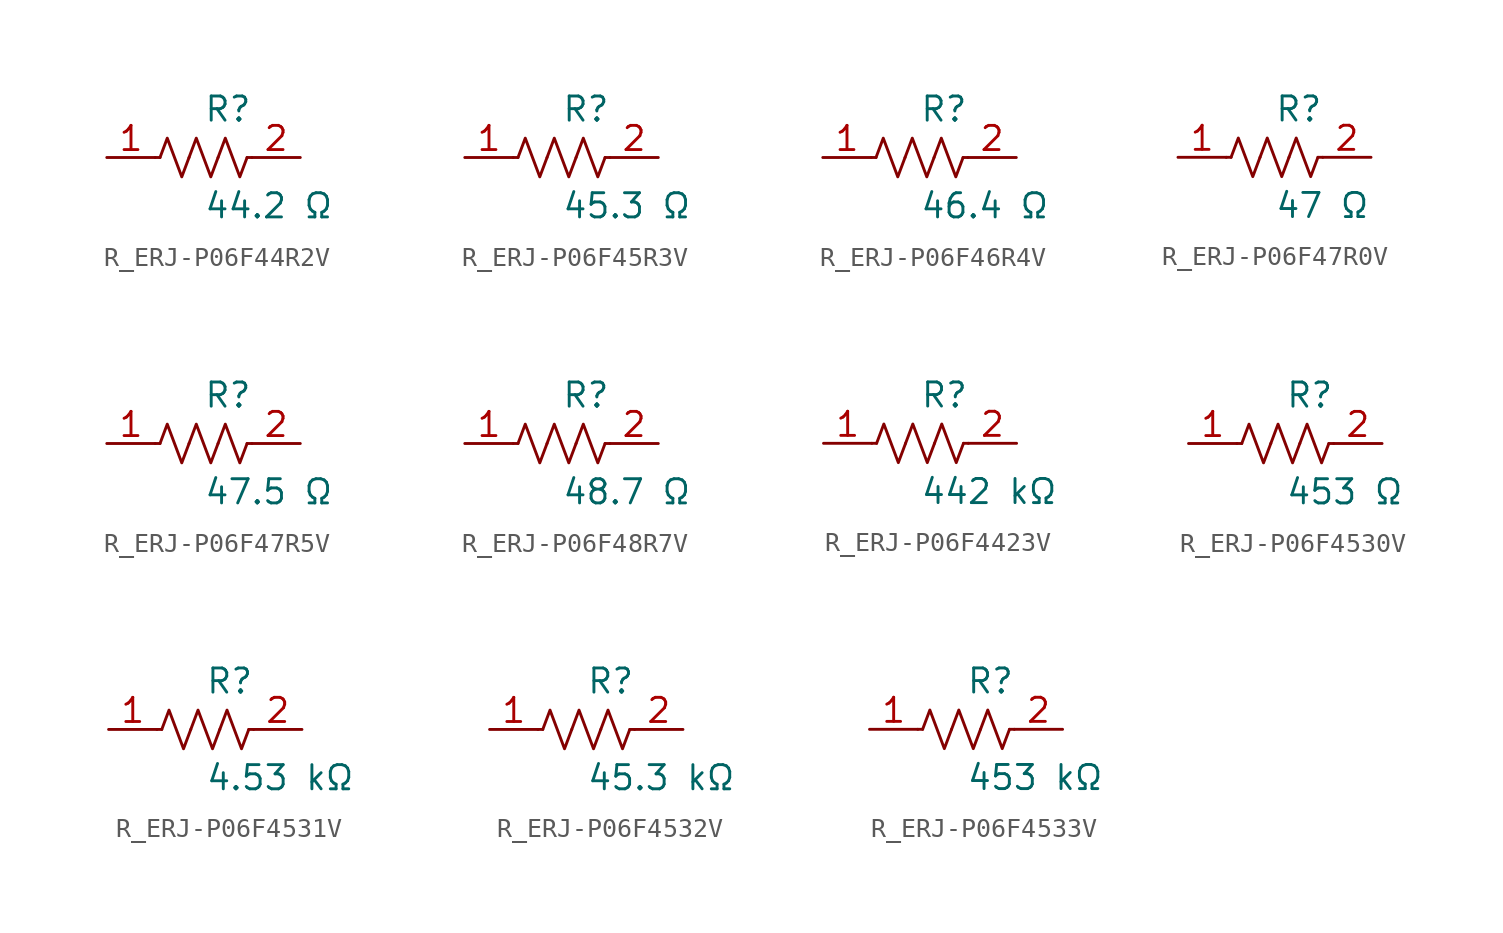
<source format=kicad_sym>
(kicad_symbol_lib
  (version 20231120)
  (generator kicad_symbol_editor)
  (generator_version 8.0)
  (symbol "R_ERJ-P06F44R2V"
    (pin_names
      (offset 0.254))
    (property "Reference" "R"
      (at 0.0 2.54 0)
      (effects (font (size 1.27 1.27)) (justify left)))
    (property "Value" "44.2 Ω"
      (at 0.0 -2.54 0)
      (effects (font (size 1.27 1.27)) (justify left)))
    (symbol "R_ERJ-P06F44R2V_0_1"
      (polyline (pts (xy 2.286 0) (xy 2.54 0)) (stroke (width 0) (type default)) (fill (type none)))
      (polyline (pts (xy -2.286 0) (xy -2.54 0)) (stroke (width 0) (type default)) (fill (type none)))
      (polyline (pts (xy 0.762 0) (xy 1.143 1.016) (xy 1.524 0) (xy 1.905 -1.016) (xy 2.286 0)) (stroke (width 0) (type default)) (fill (type none)))
      (polyline (pts (xy -0.762 0) (xy -0.381 1.016) (xy 0 0) (xy 0.381 -1.016) (xy 0.762 0)) (stroke (width 0) (type default)) (fill (type none)))
      (polyline (pts (xy -2.286 0) (xy -1.905 1.016) (xy -1.524 0) (xy -1.143 -1.016) (xy -0.762 0)) (stroke (width 0) (type default)) (fill (type none))))
    (pin unspecified line
      (at -5.08 0 0)
      (length 2.54)
      (name "" (effects (font (size 1.27 1.27))))
      (number "1" (effects (font (size 1.27 1.27)))))
    (pin unspecified line
      (at 5.08 0 180)
      (length 2.54)
      (name "" (effects (font (size 1.27 1.27))))
      (number "2" (effects (font (size 1.27 1.27))))))
  (symbol "R_ERJ-P06F45R3V"
    (pin_names
      (offset 0.254))
    (property "Reference" "R"
      (at 0.0 2.54 0)
      (effects (font (size 1.27 1.27)) (justify left)))
    (property "Value" "45.3 Ω"
      (at 0.0 -2.54 0)
      (effects (font (size 1.27 1.27)) (justify left)))
    (symbol "R_ERJ-P06F45R3V_0_1"
      (polyline (pts (xy 2.286 0) (xy 2.54 0)) (stroke (width 0) (type default)) (fill (type none)))
      (polyline (pts (xy -2.286 0) (xy -2.54 0)) (stroke (width 0) (type default)) (fill (type none)))
      (polyline (pts (xy 0.762 0) (xy 1.143 1.016) (xy 1.524 0) (xy 1.905 -1.016) (xy 2.286 0)) (stroke (width 0) (type default)) (fill (type none)))
      (polyline (pts (xy -0.762 0) (xy -0.381 1.016) (xy 0 0) (xy 0.381 -1.016) (xy 0.762 0)) (stroke (width 0) (type default)) (fill (type none)))
      (polyline (pts (xy -2.286 0) (xy -1.905 1.016) (xy -1.524 0) (xy -1.143 -1.016) (xy -0.762 0)) (stroke (width 0) (type default)) (fill (type none))))
    (pin unspecified line
      (at -5.08 0 0)
      (length 2.54)
      (name "" (effects (font (size 1.27 1.27))))
      (number "1" (effects (font (size 1.27 1.27)))))
    (pin unspecified line
      (at 5.08 0 180)
      (length 2.54)
      (name "" (effects (font (size 1.27 1.27))))
      (number "2" (effects (font (size 1.27 1.27))))))
  (symbol "R_ERJ-P06F46R4V"
    (pin_names
      (offset 0.254))
    (property "Reference" "R"
      (at 0.0 2.54 0)
      (effects (font (size 1.27 1.27)) (justify left)))
    (property "Value" "46.4 Ω"
      (at 0.0 -2.54 0)
      (effects (font (size 1.27 1.27)) (justify left)))
    (symbol "R_ERJ-P06F46R4V_0_1"
      (polyline (pts (xy 2.286 0) (xy 2.54 0)) (stroke (width 0) (type default)) (fill (type none)))
      (polyline (pts (xy -2.286 0) (xy -2.54 0)) (stroke (width 0) (type default)) (fill (type none)))
      (polyline (pts (xy 0.762 0) (xy 1.143 1.016) (xy 1.524 0) (xy 1.905 -1.016) (xy 2.286 0)) (stroke (width 0) (type default)) (fill (type none)))
      (polyline (pts (xy -0.762 0) (xy -0.381 1.016) (xy 0 0) (xy 0.381 -1.016) (xy 0.762 0)) (stroke (width 0) (type default)) (fill (type none)))
      (polyline (pts (xy -2.286 0) (xy -1.905 1.016) (xy -1.524 0) (xy -1.143 -1.016) (xy -0.762 0)) (stroke (width 0) (type default)) (fill (type none))))
    (pin unspecified line
      (at -5.08 0 0)
      (length 2.54)
      (name "" (effects (font (size 1.27 1.27))))
      (number "1" (effects (font (size 1.27 1.27)))))
    (pin unspecified line
      (at 5.08 0 180)
      (length 2.54)
      (name "" (effects (font (size 1.27 1.27))))
      (number "2" (effects (font (size 1.27 1.27))))))
  (symbol "R_ERJ-P06F47R0V"
    (pin_names
      (offset 0.254))
    (property "Reference" "R"
      (at 0.0 2.54 0)
      (effects (font (size 1.27 1.27)) (justify left)))
    (property "Value" "47 Ω"
      (at 0.0 -2.54 0)
      (effects (font (size 1.27 1.27)) (justify left)))
    (symbol "R_ERJ-P06F47R0V_0_1"
      (polyline (pts (xy 2.286 0) (xy 2.54 0)) (stroke (width 0) (type default)) (fill (type none)))
      (polyline (pts (xy -2.286 0) (xy -2.54 0)) (stroke (width 0) (type default)) (fill (type none)))
      (polyline (pts (xy 0.762 0) (xy 1.143 1.016) (xy 1.524 0) (xy 1.905 -1.016) (xy 2.286 0)) (stroke (width 0) (type default)) (fill (type none)))
      (polyline (pts (xy -0.762 0) (xy -0.381 1.016) (xy 0 0) (xy 0.381 -1.016) (xy 0.762 0)) (stroke (width 0) (type default)) (fill (type none)))
      (polyline (pts (xy -2.286 0) (xy -1.905 1.016) (xy -1.524 0) (xy -1.143 -1.016) (xy -0.762 0)) (stroke (width 0) (type default)) (fill (type none))))
    (pin unspecified line
      (at -5.08 0 0)
      (length 2.54)
      (name "" (effects (font (size 1.27 1.27))))
      (number "1" (effects (font (size 1.27 1.27)))))
    (pin unspecified line
      (at 5.08 0 180)
      (length 2.54)
      (name "" (effects (font (size 1.27 1.27))))
      (number "2" (effects (font (size 1.27 1.27))))))
  (symbol "R_ERJ-P06F47R5V"
    (pin_names
      (offset 0.254))
    (property "Reference" "R"
      (at 0.0 2.54 0)
      (effects (font (size 1.27 1.27)) (justify left)))
    (property "Value" "47.5 Ω"
      (at 0.0 -2.54 0)
      (effects (font (size 1.27 1.27)) (justify left)))
    (symbol "R_ERJ-P06F47R5V_0_1"
      (polyline (pts (xy 2.286 0) (xy 2.54 0)) (stroke (width 0) (type default)) (fill (type none)))
      (polyline (pts (xy -2.286 0) (xy -2.54 0)) (stroke (width 0) (type default)) (fill (type none)))
      (polyline (pts (xy 0.762 0) (xy 1.143 1.016) (xy 1.524 0) (xy 1.905 -1.016) (xy 2.286 0)) (stroke (width 0) (type default)) (fill (type none)))
      (polyline (pts (xy -0.762 0) (xy -0.381 1.016) (xy 0 0) (xy 0.381 -1.016) (xy 0.762 0)) (stroke (width 0) (type default)) (fill (type none)))
      (polyline (pts (xy -2.286 0) (xy -1.905 1.016) (xy -1.524 0) (xy -1.143 -1.016) (xy -0.762 0)) (stroke (width 0) (type default)) (fill (type none))))
    (pin unspecified line
      (at -5.08 0 0)
      (length 2.54)
      (name "" (effects (font (size 1.27 1.27))))
      (number "1" (effects (font (size 1.27 1.27)))))
    (pin unspecified line
      (at 5.08 0 180)
      (length 2.54)
      (name "" (effects (font (size 1.27 1.27))))
      (number "2" (effects (font (size 1.27 1.27))))))
  (symbol "R_ERJ-P06F48R7V"
    (pin_names
      (offset 0.254))
    (property "Reference" "R"
      (at 0.0 2.54 0)
      (effects (font (size 1.27 1.27)) (justify left)))
    (property "Value" "48.7 Ω"
      (at 0.0 -2.54 0)
      (effects (font (size 1.27 1.27)) (justify left)))
    (symbol "R_ERJ-P06F48R7V_0_1"
      (polyline (pts (xy 2.286 0) (xy 2.54 0)) (stroke (width 0) (type default)) (fill (type none)))
      (polyline (pts (xy -2.286 0) (xy -2.54 0)) (stroke (width 0) (type default)) (fill (type none)))
      (polyline (pts (xy 0.762 0) (xy 1.143 1.016) (xy 1.524 0) (xy 1.905 -1.016) (xy 2.286 0)) (stroke (width 0) (type default)) (fill (type none)))
      (polyline (pts (xy -0.762 0) (xy -0.381 1.016) (xy 0 0) (xy 0.381 -1.016) (xy 0.762 0)) (stroke (width 0) (type default)) (fill (type none)))
      (polyline (pts (xy -2.286 0) (xy -1.905 1.016) (xy -1.524 0) (xy -1.143 -1.016) (xy -0.762 0)) (stroke (width 0) (type default)) (fill (type none))))
    (pin unspecified line
      (at -5.08 0 0)
      (length 2.54)
      (name "" (effects (font (size 1.27 1.27))))
      (number "1" (effects (font (size 1.27 1.27)))))
    (pin unspecified line
      (at 5.08 0 180)
      (length 2.54)
      (name "" (effects (font (size 1.27 1.27))))
      (number "2" (effects (font (size 1.27 1.27))))))
  (symbol "R_ERJ-P06F4423V"
    (pin_names
      (offset 0.254))
    (property "Reference" "R"
      (at 0.0 2.54 0)
      (effects (font (size 1.27 1.27)) (justify left)))
    (property "Value" "442 kΩ"
      (at 0.0 -2.54 0)
      (effects (font (size 1.27 1.27)) (justify left)))
    (symbol "R_ERJ-P06F4423V_0_1"
      (polyline (pts (xy 2.286 0) (xy 2.54 0)) (stroke (width 0) (type default)) (fill (type none)))
      (polyline (pts (xy -2.286 0) (xy -2.54 0)) (stroke (width 0) (type default)) (fill (type none)))
      (polyline (pts (xy 0.762 0) (xy 1.143 1.016) (xy 1.524 0) (xy 1.905 -1.016) (xy 2.286 0)) (stroke (width 0) (type default)) (fill (type none)))
      (polyline (pts (xy -0.762 0) (xy -0.381 1.016) (xy 0 0) (xy 0.381 -1.016) (xy 0.762 0)) (stroke (width 0) (type default)) (fill (type none)))
      (polyline (pts (xy -2.286 0) (xy -1.905 1.016) (xy -1.524 0) (xy -1.143 -1.016) (xy -0.762 0)) (stroke (width 0) (type default)) (fill (type none))))
    (pin unspecified line
      (at -5.08 0 0)
      (length 2.54)
      (name "" (effects (font (size 1.27 1.27))))
      (number "1" (effects (font (size 1.27 1.27)))))
    (pin unspecified line
      (at 5.08 0 180)
      (length 2.54)
      (name "" (effects (font (size 1.27 1.27))))
      (number "2" (effects (font (size 1.27 1.27))))))
  (symbol "R_ERJ-P06F4530V"
    (pin_names
      (offset 0.254))
    (property "Reference" "R"
      (at 0.0 2.54 0)
      (effects (font (size 1.27 1.27)) (justify left)))
    (property "Value" "453 Ω"
      (at 0.0 -2.54 0)
      (effects (font (size 1.27 1.27)) (justify left)))
    (symbol "R_ERJ-P06F4530V_0_1"
      (polyline (pts (xy 2.286 0) (xy 2.54 0)) (stroke (width 0) (type default)) (fill (type none)))
      (polyline (pts (xy -2.286 0) (xy -2.54 0)) (stroke (width 0) (type default)) (fill (type none)))
      (polyline (pts (xy 0.762 0) (xy 1.143 1.016) (xy 1.524 0) (xy 1.905 -1.016) (xy 2.286 0)) (stroke (width 0) (type default)) (fill (type none)))
      (polyline (pts (xy -0.762 0) (xy -0.381 1.016) (xy 0 0) (xy 0.381 -1.016) (xy 0.762 0)) (stroke (width 0) (type default)) (fill (type none)))
      (polyline (pts (xy -2.286 0) (xy -1.905 1.016) (xy -1.524 0) (xy -1.143 -1.016) (xy -0.762 0)) (stroke (width 0) (type default)) (fill (type none))))
    (pin unspecified line
      (at -5.08 0 0)
      (length 2.54)
      (name "" (effects (font (size 1.27 1.27))))
      (number "1" (effects (font (size 1.27 1.27)))))
    (pin unspecified line
      (at 5.08 0 180)
      (length 2.54)
      (name "" (effects (font (size 1.27 1.27))))
      (number "2" (effects (font (size 1.27 1.27))))))
  (symbol "R_ERJ-P06F4531V"
    (pin_names
      (offset 0.254))
    (property "Reference" "R"
      (at 0.0 2.54 0)
      (effects (font (size 1.27 1.27)) (justify left)))
    (property "Value" "4.53 kΩ"
      (at 0.0 -2.54 0)
      (effects (font (size 1.27 1.27)) (justify left)))
    (symbol "R_ERJ-P06F4531V_0_1"
      (polyline (pts (xy 2.286 0) (xy 2.54 0)) (stroke (width 0) (type default)) (fill (type none)))
      (polyline (pts (xy -2.286 0) (xy -2.54 0)) (stroke (width 0) (type default)) (fill (type none)))
      (polyline (pts (xy 0.762 0) (xy 1.143 1.016) (xy 1.524 0) (xy 1.905 -1.016) (xy 2.286 0)) (stroke (width 0) (type default)) (fill (type none)))
      (polyline (pts (xy -0.762 0) (xy -0.381 1.016) (xy 0 0) (xy 0.381 -1.016) (xy 0.762 0)) (stroke (width 0) (type default)) (fill (type none)))
      (polyline (pts (xy -2.286 0) (xy -1.905 1.016) (xy -1.524 0) (xy -1.143 -1.016) (xy -0.762 0)) (stroke (width 0) (type default)) (fill (type none))))
    (pin unspecified line
      (at -5.08 0 0)
      (length 2.54)
      (name "" (effects (font (size 1.27 1.27))))
      (number "1" (effects (font (size 1.27 1.27)))))
    (pin unspecified line
      (at 5.08 0 180)
      (length 2.54)
      (name "" (effects (font (size 1.27 1.27))))
      (number "2" (effects (font (size 1.27 1.27))))))
  (symbol "R_ERJ-P06F4532V"
    (pin_names
      (offset 0.254))
    (property "Reference" "R"
      (at 0.0 2.54 0)
      (effects (font (size 1.27 1.27)) (justify left)))
    (property "Value" "45.3 kΩ"
      (at 0.0 -2.54 0)
      (effects (font (size 1.27 1.27)) (justify left)))
    (symbol "R_ERJ-P06F4532V_0_1"
      (polyline (pts (xy 2.286 0) (xy 2.54 0)) (stroke (width 0) (type default)) (fill (type none)))
      (polyline (pts (xy -2.286 0) (xy -2.54 0)) (stroke (width 0) (type default)) (fill (type none)))
      (polyline (pts (xy 0.762 0) (xy 1.143 1.016) (xy 1.524 0) (xy 1.905 -1.016) (xy 2.286 0)) (stroke (width 0) (type default)) (fill (type none)))
      (polyline (pts (xy -0.762 0) (xy -0.381 1.016) (xy 0 0) (xy 0.381 -1.016) (xy 0.762 0)) (stroke (width 0) (type default)) (fill (type none)))
      (polyline (pts (xy -2.286 0) (xy -1.905 1.016) (xy -1.524 0) (xy -1.143 -1.016) (xy -0.762 0)) (stroke (width 0) (type default)) (fill (type none))))
    (pin unspecified line
      (at -5.08 0 0)
      (length 2.54)
      (name "" (effects (font (size 1.27 1.27))))
      (number "1" (effects (font (size 1.27 1.27)))))
    (pin unspecified line
      (at 5.08 0 180)
      (length 2.54)
      (name "" (effects (font (size 1.27 1.27))))
      (number "2" (effects (font (size 1.27 1.27))))))
  (symbol "R_ERJ-P06F4533V"
    (pin_names
      (offset 0.254))
    (property "Reference" "R"
      (at 0.0 2.54 0)
      (effects (font (size 1.27 1.27)) (justify left)))
    (property "Value" "453 kΩ"
      (at 0.0 -2.54 0)
      (effects (font (size 1.27 1.27)) (justify left)))
    (symbol "R_ERJ-P06F4533V_0_1"
      (polyline (pts (xy 2.286 0) (xy 2.54 0)) (stroke (width 0) (type default)) (fill (type none)))
      (polyline (pts (xy -2.286 0) (xy -2.54 0)) (stroke (width 0) (type default)) (fill (type none)))
      (polyline (pts (xy 0.762 0) (xy 1.143 1.016) (xy 1.524 0) (xy 1.905 -1.016) (xy 2.286 0)) (stroke (width 0) (type default)) (fill (type none)))
      (polyline (pts (xy -0.762 0) (xy -0.381 1.016) (xy 0 0) (xy 0.381 -1.016) (xy 0.762 0)) (stroke (width 0) (type default)) (fill (type none)))
      (polyline (pts (xy -2.286 0) (xy -1.905 1.016) (xy -1.524 0) (xy -1.143 -1.016) (xy -0.762 0)) (stroke (width 0) (type default)) (fill (type none))))
    (pin unspecified line
      (at -5.08 0 0)
      (length 2.54)
      (name "" (effects (font (size 1.27 1.27))))
      (number "1" (effects (font (size 1.27 1.27)))))
    (pin unspecified line
      (at 5.08 0 180)
      (length 2.54)
      (name "" (effects (font (size 1.27 1.27))))
      (number "2" (effects (font (size 1.27 1.27)))))))
</source>
